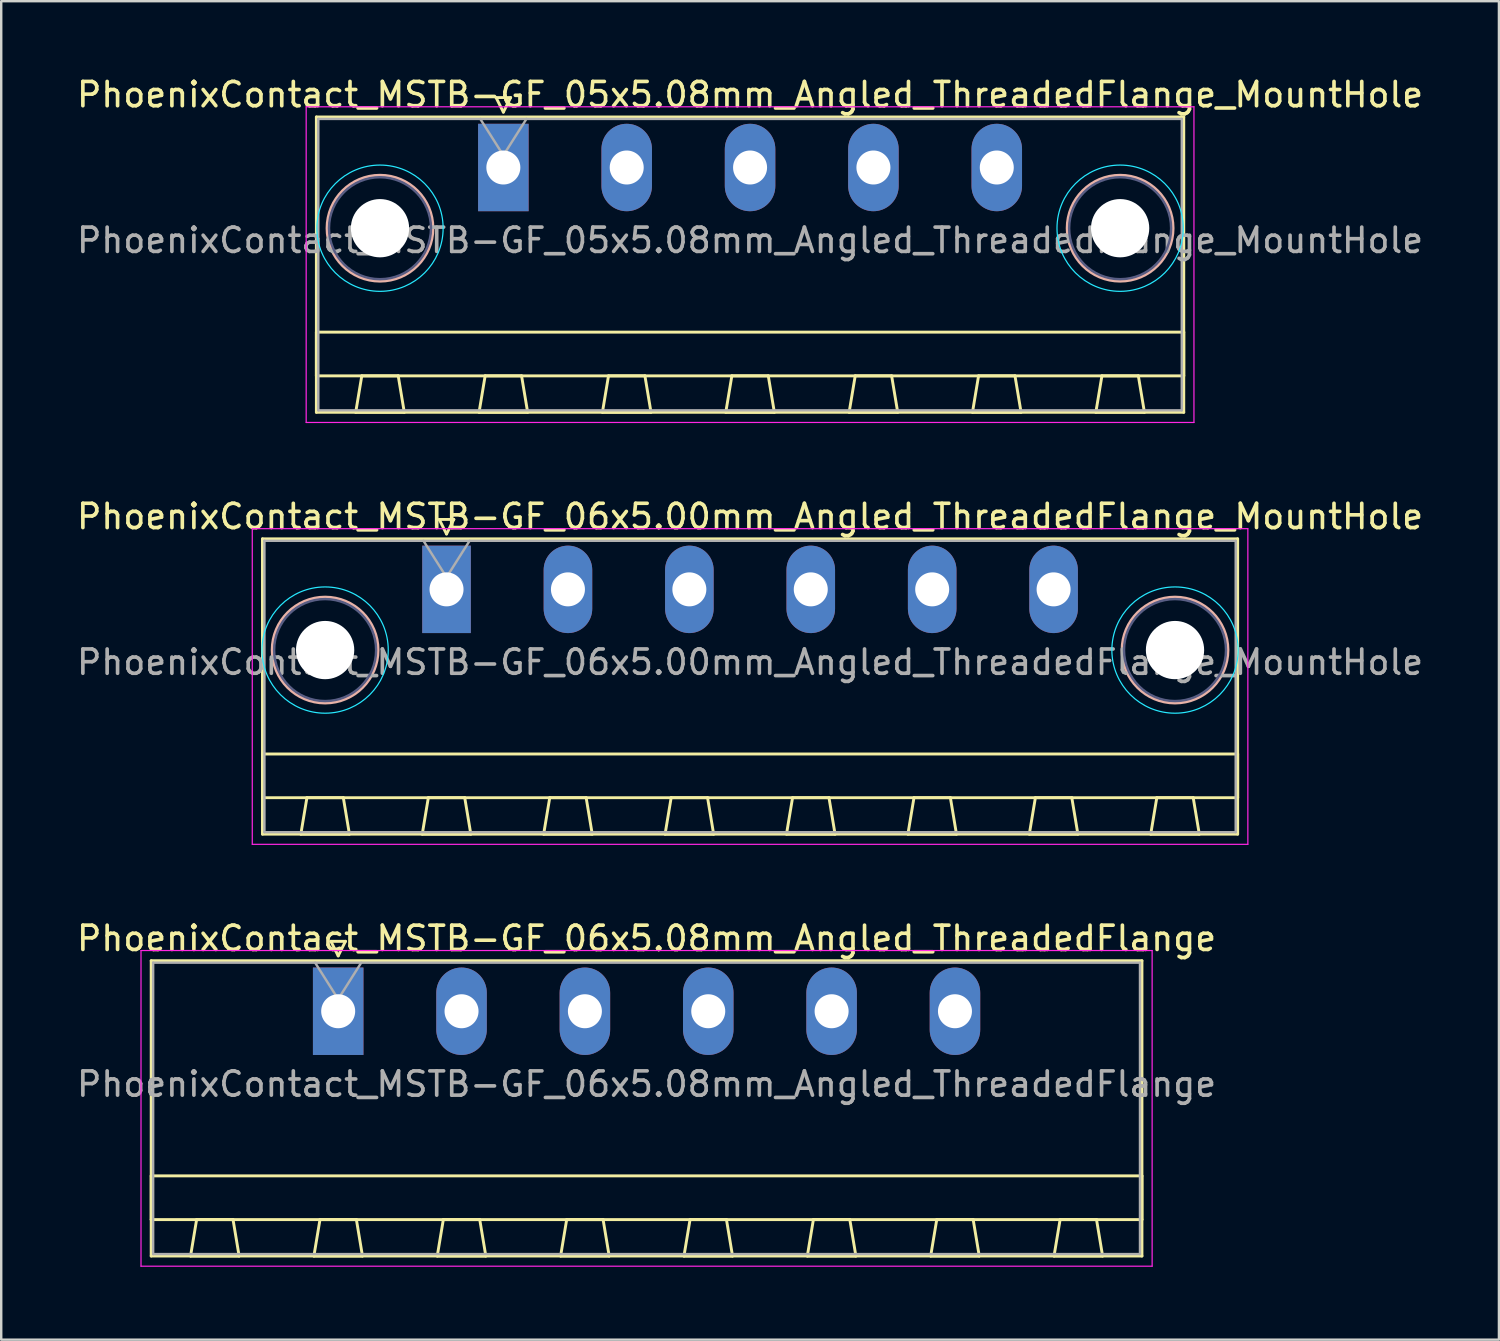
<source format=kicad_pcb>
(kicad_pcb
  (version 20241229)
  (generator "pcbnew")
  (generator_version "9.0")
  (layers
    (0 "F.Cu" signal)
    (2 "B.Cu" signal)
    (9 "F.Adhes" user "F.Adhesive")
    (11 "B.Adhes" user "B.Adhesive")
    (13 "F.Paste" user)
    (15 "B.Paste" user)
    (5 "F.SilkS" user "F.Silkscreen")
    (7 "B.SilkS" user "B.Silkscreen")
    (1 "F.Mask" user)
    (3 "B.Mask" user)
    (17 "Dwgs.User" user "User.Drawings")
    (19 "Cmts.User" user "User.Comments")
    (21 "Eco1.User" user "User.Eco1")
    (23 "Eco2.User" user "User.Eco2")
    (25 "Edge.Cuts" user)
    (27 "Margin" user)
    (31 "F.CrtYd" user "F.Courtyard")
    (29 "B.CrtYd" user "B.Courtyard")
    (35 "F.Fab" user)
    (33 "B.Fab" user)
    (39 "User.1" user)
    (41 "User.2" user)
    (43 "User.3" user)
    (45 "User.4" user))
  (footprint "PhoenixContact_MSTB-GF_06x5.08mm_Angled_ThreadedFlange"
    (layer "F.Cu")
    (at 10.877 38.595)
    (property "Reference" "PhoenixContact_MSTB-GF_06x5.08mm_Angled_ThreadedFlange" (at 12.7 -3 0) (layer "F.SilkS") (effects (font (size 1 1) (thickness 0.15))))
    (attr through_hole)
    (fp_line (start -7.7 -2.08) (end -7.7 10.08) (stroke (width 0.12) (type solid)) (layer "F.SilkS"))
    (fp_line (start -7.7 6.78) (end 33.1 6.78) (stroke (width 0.12) (type solid)) (layer "F.SilkS"))
    (fp_line (start -7.7 8.58) (end -7.7 6.78) (stroke (width 0.12) (type solid)) (layer "F.SilkS"))
    (fp_line (start -7.7 10.08) (end 33.1 10.08) (stroke (width 0.12) (type solid)) (layer "F.SilkS"))
    (fp_line (start -6.08 10.08) (end -4.08 10.08) (stroke (width 0.12) (type solid)) (layer "F.SilkS"))
    (fp_line (start -5.83 8.58) (end -6.08 10.08) (stroke (width 0.12) (type solid)) (layer "F.SilkS"))
    (fp_line (start -4.33 8.58) (end -5.83 8.58) (stroke (width 0.12) (type solid)) (layer "F.SilkS"))
    (fp_line (start -4.08 10.08) (end -4.33 8.58) (stroke (width 0.12) (type solid)) (layer "F.SilkS"))
    (fp_line (start -1 10.08) (end 1 10.08) (stroke (width 0.12) (type solid)) (layer "F.SilkS"))
    (fp_line (start -0.75 8.58) (end -1 10.08) (stroke (width 0.12) (type solid)) (layer "F.SilkS"))
    (fp_line (start -0.3 -2.88) (end 0.3 -2.88) (stroke (width 0.12) (type solid)) (layer "F.SilkS"))
    (fp_line (start 0 -2.28) (end -0.3 -2.88) (stroke (width 0.12) (type solid)) (layer "F.SilkS"))
    (fp_line (start 0.3 -2.88) (end 0 -2.28) (stroke (width 0.12) (type solid)) (layer "F.SilkS"))
    (fp_line (start 0.75 8.58) (end -0.75 8.58) (stroke (width 0.12) (type solid)) (layer "F.SilkS"))
    (fp_line (start 1 10.08) (end 0.75 8.58) (stroke (width 0.12) (type solid)) (layer "F.SilkS"))
    (fp_line (start 4.08 10.08) (end 6.08 10.08) (stroke (width 0.12) (type solid)) (layer "F.SilkS"))
    (fp_line (start 4.33 8.58) (end 4.08 10.08) (stroke (width 0.12) (type solid)) (layer "F.SilkS"))
    (fp_line (start 5.83 8.58) (end 4.33 8.58) (stroke (width 0.12) (type solid)) (layer "F.SilkS"))
    (fp_line (start 6.08 10.08) (end 5.83 8.58) (stroke (width 0.12) (type solid)) (layer "F.SilkS"))
    (fp_line (start 9.16 10.08) (end 11.16 10.08) (stroke (width 0.12) (type solid)) (layer "F.SilkS"))
    (fp_line (start 9.41 8.58) (end 9.16 10.08) (stroke (width 0.12) (type solid)) (layer "F.SilkS"))
    (fp_line (start 10.91 8.58) (end 9.41 8.58) (stroke (width 0.12) (type solid)) (layer "F.SilkS"))
    (fp_line (start 11.16 10.08) (end 10.91 8.58) (stroke (width 0.12) (type solid)) (layer "F.SilkS"))
    (fp_line (start 14.24 10.08) (end 16.24 10.08) (stroke (width 0.12) (type solid)) (layer "F.SilkS"))
    (fp_line (start 14.49 8.58) (end 14.24 10.08) (stroke (width 0.12) (type solid)) (layer "F.SilkS"))
    (fp_line (start 15.99 8.58) (end 14.49 8.58) (stroke (width 0.12) (type solid)) (layer "F.SilkS"))
    (fp_line (start 16.24 10.08) (end 15.99 8.58) (stroke (width 0.12) (type solid)) (layer "F.SilkS"))
    (fp_line (start 19.32 10.08) (end 21.32 10.08) (stroke (width 0.12) (type solid)) (layer "F.SilkS"))
    (fp_line (start 19.57 8.58) (end 19.32 10.08) (stroke (width 0.12) (type solid)) (layer "F.SilkS"))
    (fp_line (start 21.07 8.58) (end 19.57 8.58) (stroke (width 0.12) (type solid)) (layer "F.SilkS"))
    (fp_line (start 21.32 10.08) (end 21.07 8.58) (stroke (width 0.12) (type solid)) (layer "F.SilkS"))
    (fp_line (start 24.4 10.08) (end 26.4 10.08) (stroke (width 0.12) (type solid)) (layer "F.SilkS"))
    (fp_line (start 24.65 8.58) (end 24.4 10.08) (stroke (width 0.12) (type solid)) (layer "F.SilkS"))
    (fp_line (start 26.15 8.58) (end 24.65 8.58) (stroke (width 0.12) (type solid)) (layer "F.SilkS"))
    (fp_line (start 26.4 10.08) (end 26.15 8.58) (stroke (width 0.12) (type solid)) (layer "F.SilkS"))
    (fp_line (start 29.48 10.08) (end 31.48 10.08) (stroke (width 0.12) (type solid)) (layer "F.SilkS"))
    (fp_line (start 29.73 8.58) (end 29.48 10.08) (stroke (width 0.12) (type solid)) (layer "F.SilkS"))
    (fp_line (start 31.23 8.58) (end 29.73 8.58) (stroke (width 0.12) (type solid)) (layer "F.SilkS"))
    (fp_line (start 31.48 10.08) (end 31.23 8.58) (stroke (width 0.12) (type solid)) (layer "F.SilkS"))
    (fp_line (start 33.1 -2.08) (end -7.7 -2.08) (stroke (width 0.12) (type solid)) (layer "F.SilkS"))
    (fp_line (start 33.1 6.78) (end 33.1 8.58) (stroke (width 0.12) (type solid)) (layer "F.SilkS"))
    (fp_line (start 33.1 8.58) (end -7.7 8.58) (stroke (width 0.12) (type solid)) (layer "F.SilkS"))
    (fp_line (start 33.1 10.08) (end 33.1 -2.08) (stroke (width 0.12) (type solid)) (layer "F.SilkS"))
    (fp_line (start -8.12 -2.5) (end -8.12 10.5) (stroke (width 0.05) (type solid)) (layer "F.CrtYd"))
    (fp_line (start -8.12 10.5) (end 33.52 10.5) (stroke (width 0.05) (type solid)) (layer "F.CrtYd"))
    (fp_line (start 33.52 -2.5) (end -8.12 -2.5) (stroke (width 0.05) (type solid)) (layer "F.CrtYd"))
    (fp_line (start 33.52 10.5) (end 33.52 -2.5) (stroke (width 0.05) (type solid)) (layer "F.CrtYd"))
    (fp_line (start -7.62 -2) (end -7.62 10) (stroke (width 0.1) (type solid)) (layer "F.Fab"))
    (fp_line (start -7.62 10) (end 33.02 10) (stroke (width 0.1) (type solid)) (layer "F.Fab"))
    (fp_line (start 0 -0.5) (end -0.95 -2) (stroke (width 0.1) (type solid)) (layer "F.Fab"))
    (fp_line (start 0.95 -2) (end 0 -0.5) (stroke (width 0.1) (type solid)) (layer "F.Fab"))
    (fp_line (start 33.02 -2) (end -7.62 -2) (stroke (width 0.1) (type solid)) (layer "F.Fab"))
    (fp_line (start 33.02 10) (end 33.02 -2) (stroke (width 0.1) (type solid)) (layer "F.Fab"))
    (fp_text user "${REFERENCE}" (at 12.7 3 0) (layer "F.Fab") (effects (font (size 1 1) (thickness 0.15))))
    (pad "1" thru_hole rect (at 0 0) (size 2.08 3.6) (drill 1.4) (layers "*.Cu" "*.Mask"))
    (pad "2" thru_hole oval (at 5.08 0) (size 2.08 3.6) (drill 1.4) (layers "*.Cu" "*.Mask"))
    (pad "3" thru_hole oval (at 10.16 0) (size 2.08 3.6) (drill 1.4) (layers "*.Cu" "*.Mask"))
    (pad "4" thru_hole oval (at 15.24 0) (size 2.08 3.6) (drill 1.4) (layers "*.Cu" "*.Mask"))
    (pad "5" thru_hole oval (at 20.32 0) (size 2.08 3.6) (drill 1.4) (layers "*.Cu" "*.Mask"))
    (pad "6" thru_hole oval (at 25.4 0) (size 2.08 3.6) (drill 1.4) (layers "*.Cu" "*.Mask")))
  (footprint "PhoenixContact_MSTB-GF_06x5.00mm_Angled_ThreadedFlange_MountHole"
    (layer "F.Cu")
    (at 15.339 21.221)
    (property "Reference" "PhoenixContact_MSTB-GF_06x5.00mm_Angled_ThreadedFlange_MountHole" (at 12.5 -3 0) (layer "F.SilkS") (effects (font (size 1 1) (thickness 0.15))))
    (attr through_hole)
    (fp_line (start -7.58 -2.08) (end -7.58 10.08) (stroke (width 0.12) (type solid)) (layer "F.SilkS"))
    (fp_line (start -7.58 6.78) (end 32.58 6.78) (stroke (width 0.12) (type solid)) (layer "F.SilkS"))
    (fp_line (start -7.58 8.58) (end -7.58 6.78) (stroke (width 0.12) (type solid)) (layer "F.SilkS"))
    (fp_line (start -7.58 10.08) (end 32.58 10.08) (stroke (width 0.12) (type solid)) (layer "F.SilkS"))
    (fp_line (start -6 10.08) (end -4 10.08) (stroke (width 0.12) (type solid)) (layer "F.SilkS"))
    (fp_line (start -5.75 8.58) (end -6 10.08) (stroke (width 0.12) (type solid)) (layer "F.SilkS"))
    (fp_line (start -4.25 8.58) (end -5.75 8.58) (stroke (width 0.12) (type solid)) (layer "F.SilkS"))
    (fp_line (start -4 10.08) (end -4.25 8.58) (stroke (width 0.12) (type solid)) (layer "F.SilkS"))
    (fp_line (start -1 10.08) (end 1 10.08) (stroke (width 0.12) (type solid)) (layer "F.SilkS"))
    (fp_line (start -0.75 8.58) (end -1 10.08) (stroke (width 0.12) (type solid)) (layer "F.SilkS"))
    (fp_line (start -0.3 -2.88) (end 0.3 -2.88) (stroke (width 0.12) (type solid)) (layer "F.SilkS"))
    (fp_line (start 0 -2.28) (end -0.3 -2.88) (stroke (width 0.12) (type solid)) (layer "F.SilkS"))
    (fp_line (start 0.3 -2.88) (end 0 -2.28) (stroke (width 0.12) (type solid)) (layer "F.SilkS"))
    (fp_line (start 0.75 8.58) (end -0.75 8.58) (stroke (width 0.12) (type solid)) (layer "F.SilkS"))
    (fp_line (start 1 10.08) (end 0.75 8.58) (stroke (width 0.12) (type solid)) (layer "F.SilkS"))
    (fp_line (start 4 10.08) (end 6 10.08) (stroke (width 0.12) (type solid)) (layer "F.SilkS"))
    (fp_line (start 4.25 8.58) (end 4 10.08) (stroke (width 0.12) (type solid)) (layer "F.SilkS"))
    (fp_line (start 5.75 8.58) (end 4.25 8.58) (stroke (width 0.12) (type solid)) (layer "F.SilkS"))
    (fp_line (start 6 10.08) (end 5.75 8.58) (stroke (width 0.12) (type solid)) (layer "F.SilkS"))
    (fp_line (start 9 10.08) (end 11 10.08) (stroke (width 0.12) (type solid)) (layer "F.SilkS"))
    (fp_line (start 9.25 8.58) (end 9 10.08) (stroke (width 0.12) (type solid)) (layer "F.SilkS"))
    (fp_line (start 10.75 8.58) (end 9.25 8.58) (stroke (width 0.12) (type solid)) (layer "F.SilkS"))
    (fp_line (start 11 10.08) (end 10.75 8.58) (stroke (width 0.12) (type solid)) (layer "F.SilkS"))
    (fp_line (start 14 10.08) (end 16 10.08) (stroke (width 0.12) (type solid)) (layer "F.SilkS"))
    (fp_line (start 14.25 8.58) (end 14 10.08) (stroke (width 0.12) (type solid)) (layer "F.SilkS"))
    (fp_line (start 15.75 8.58) (end 14.25 8.58) (stroke (width 0.12) (type solid)) (layer "F.SilkS"))
    (fp_line (start 16 10.08) (end 15.75 8.58) (stroke (width 0.12) (type solid)) (layer "F.SilkS"))
    (fp_line (start 19 10.08) (end 21 10.08) (stroke (width 0.12) (type solid)) (layer "F.SilkS"))
    (fp_line (start 19.25 8.58) (end 19 10.08) (stroke (width 0.12) (type solid)) (layer "F.SilkS"))
    (fp_line (start 20.75 8.58) (end 19.25 8.58) (stroke (width 0.12) (type solid)) (layer "F.SilkS"))
    (fp_line (start 21 10.08) (end 20.75 8.58) (stroke (width 0.12) (type solid)) (layer "F.SilkS"))
    (fp_line (start 24 10.08) (end 26 10.08) (stroke (width 0.12) (type solid)) (layer "F.SilkS"))
    (fp_line (start 24.25 8.58) (end 24 10.08) (stroke (width 0.12) (type solid)) (layer "F.SilkS"))
    (fp_line (start 25.75 8.58) (end 24.25 8.58) (stroke (width 0.12) (type solid)) (layer "F.SilkS"))
    (fp_line (start 26 10.08) (end 25.75 8.58) (stroke (width 0.12) (type solid)) (layer "F.SilkS"))
    (fp_line (start 29 10.08) (end 31 10.08) (stroke (width 0.12) (type solid)) (layer "F.SilkS"))
    (fp_line (start 29.25 8.58) (end 29 10.08) (stroke (width 0.12) (type solid)) (layer "F.SilkS"))
    (fp_line (start 30.75 8.58) (end 29.25 8.58) (stroke (width 0.12) (type solid)) (layer "F.SilkS"))
    (fp_line (start 31 10.08) (end 30.75 8.58) (stroke (width 0.12) (type solid)) (layer "F.SilkS"))
    (fp_line (start 32.58 -2.08) (end -7.58 -2.08) (stroke (width 0.12) (type solid)) (layer "F.SilkS"))
    (fp_line (start 32.58 6.78) (end 32.58 8.58) (stroke (width 0.12) (type solid)) (layer "F.SilkS"))
    (fp_line (start 32.58 8.58) (end -7.58 8.58) (stroke (width 0.12) (type solid)) (layer "F.SilkS"))
    (fp_line (start 32.58 10.08) (end 32.58 -2.08) (stroke (width 0.12) (type solid)) (layer "F.SilkS"))
    (fp_circle (center -5 2.5) (end -2.82 2.5) (stroke (width 0.12) (type solid)) (fill no) (layer "B.SilkS"))
    (fp_circle (center 30 2.5) (end 32.18 2.5) (stroke (width 0.12) (type solid)) (fill no) (layer "B.SilkS"))
    (fp_circle (center -5 2.5) (end -2.4 2.5) (stroke (width 0.05) (type solid)) (fill no) (layer "B.CrtYd"))
    (fp_circle (center 30 2.5) (end 32.6 2.5) (stroke (width 0.05) (type solid)) (fill no) (layer "B.CrtYd"))
    (fp_line (start -8 -2.5) (end -8 10.5) (stroke (width 0.05) (type solid)) (layer "F.CrtYd"))
    (fp_line (start -8 10.5) (end 33 10.5) (stroke (width 0.05) (type solid)) (layer "F.CrtYd"))
    (fp_line (start 33 -2.5) (end -8 -2.5) (stroke (width 0.05) (type solid)) (layer "F.CrtYd"))
    (fp_line (start 33 10.5) (end 33 -2.5) (stroke (width 0.05) (type solid)) (layer "F.CrtYd"))
    (fp_circle (center -5 2.5) (end -2.9 2.5) (stroke (width 0.1) (type solid)) (fill no) (layer "B.Fab"))
    (fp_circle (center 30 2.5) (end 32.1 2.5) (stroke (width 0.1) (type solid)) (fill no) (layer "B.Fab"))
    (fp_line (start -7.5 -2) (end -7.5 10) (stroke (width 0.1) (type solid)) (layer "F.Fab"))
    (fp_line (start -7.5 10) (end 32.5 10) (stroke (width 0.1) (type solid)) (layer "F.Fab"))
    (fp_line (start 0 -0.5) (end -0.95 -2) (stroke (width 0.1) (type solid)) (layer "F.Fab"))
    (fp_line (start 0.95 -2) (end 0 -0.5) (stroke (width 0.1) (type solid)) (layer "F.Fab"))
    (fp_line (start 32.5 -2) (end -7.5 -2) (stroke (width 0.1) (type solid)) (layer "F.Fab"))
    (fp_line (start 32.5 10) (end 32.5 -2) (stroke (width 0.1) (type solid)) (layer "F.Fab"))
    (fp_text user "${REFERENCE}" (at 12.5 3 0) (layer "F.Fab") (effects (font (size 1 1) (thickness 0.15))))
    (pad "" np_thru_hole circle (at -5 2.5) (size 2.4 2.4) (drill 2.4) (layers "*.Cu" "*.Mask"))
    (pad "" np_thru_hole circle (at 30 2.5) (size 2.4 2.4) (drill 2.4) (layers "*.Cu" "*.Mask"))
    (pad "1" thru_hole rect (at 0 0) (size 2 3.6) (drill 1.4) (layers "*.Cu" "*.Mask"))
    (pad "2" thru_hole oval (at 5 0) (size 2 3.6) (drill 1.4) (layers "*.Cu" "*.Mask"))
    (pad "3" thru_hole oval (at 10 0) (size 2 3.6) (drill 1.4) (layers "*.Cu" "*.Mask"))
    (pad "4" thru_hole oval (at 15 0) (size 2 3.6) (drill 1.4) (layers "*.Cu" "*.Mask"))
    (pad "5" thru_hole oval (at 20 0) (size 2 3.6) (drill 1.4) (layers "*.Cu" "*.Mask"))
    (pad "6" thru_hole oval (at 25 0) (size 2 3.6) (drill 1.4) (layers "*.Cu" "*.Mask")))
  (footprint "PhoenixContact_MSTB-GF_05x5.08mm_Angled_ThreadedFlange_MountHole"
    (layer "F.Cu")
    (at 17.679 3.848)
    (property "Reference" "PhoenixContact_MSTB-GF_05x5.08mm_Angled_ThreadedFlange_MountHole" (at 10.16 -3 0) (layer "F.SilkS") (effects (font (size 1 1) (thickness 0.15))))
    (attr through_hole)
    (fp_line (start -7.7 -2.08) (end -7.7 10.08) (stroke (width 0.12) (type solid)) (layer "F.SilkS"))
    (fp_line (start -7.7 6.78) (end 28.02 6.78) (stroke (width 0.12) (type solid)) (layer "F.SilkS"))
    (fp_line (start -7.7 8.58) (end -7.7 6.78) (stroke (width 0.12) (type solid)) (layer "F.SilkS"))
    (fp_line (start -7.7 10.08) (end 28.02 10.08) (stroke (width 0.12) (type solid)) (layer "F.SilkS"))
    (fp_line (start -6.08 10.08) (end -4.08 10.08) (stroke (width 0.12) (type solid)) (layer "F.SilkS"))
    (fp_line (start -5.83 8.58) (end -6.08 10.08) (stroke (width 0.12) (type solid)) (layer "F.SilkS"))
    (fp_line (start -4.33 8.58) (end -5.83 8.58) (stroke (width 0.12) (type solid)) (layer "F.SilkS"))
    (fp_line (start -4.08 10.08) (end -4.33 8.58) (stroke (width 0.12) (type solid)) (layer "F.SilkS"))
    (fp_line (start -1 10.08) (end 1 10.08) (stroke (width 0.12) (type solid)) (layer "F.SilkS"))
    (fp_line (start -0.75 8.58) (end -1 10.08) (stroke (width 0.12) (type solid)) (layer "F.SilkS"))
    (fp_line (start -0.3 -2.88) (end 0.3 -2.88) (stroke (width 0.12) (type solid)) (layer "F.SilkS"))
    (fp_line (start 0 -2.28) (end -0.3 -2.88) (stroke (width 0.12) (type solid)) (layer "F.SilkS"))
    (fp_line (start 0.3 -2.88) (end 0 -2.28) (stroke (width 0.12) (type solid)) (layer "F.SilkS"))
    (fp_line (start 0.75 8.58) (end -0.75 8.58) (stroke (width 0.12) (type solid)) (layer "F.SilkS"))
    (fp_line (start 1 10.08) (end 0.75 8.58) (stroke (width 0.12) (type solid)) (layer "F.SilkS"))
    (fp_line (start 4.08 10.08) (end 6.08 10.08) (stroke (width 0.12) (type solid)) (layer "F.SilkS"))
    (fp_line (start 4.33 8.58) (end 4.08 10.08) (stroke (width 0.12) (type solid)) (layer "F.SilkS"))
    (fp_line (start 5.83 8.58) (end 4.33 8.58) (stroke (width 0.12) (type solid)) (layer "F.SilkS"))
    (fp_line (start 6.08 10.08) (end 5.83 8.58) (stroke (width 0.12) (type solid)) (layer "F.SilkS"))
    (fp_line (start 9.16 10.08) (end 11.16 10.08) (stroke (width 0.12) (type solid)) (layer "F.SilkS"))
    (fp_line (start 9.41 8.58) (end 9.16 10.08) (stroke (width 0.12) (type solid)) (layer "F.SilkS"))
    (fp_line (start 10.91 8.58) (end 9.41 8.58) (stroke (width 0.12) (type solid)) (layer "F.SilkS"))
    (fp_line (start 11.16 10.08) (end 10.91 8.58) (stroke (width 0.12) (type solid)) (layer "F.SilkS"))
    (fp_line (start 14.24 10.08) (end 16.24 10.08) (stroke (width 0.12) (type solid)) (layer "F.SilkS"))
    (fp_line (start 14.49 8.58) (end 14.24 10.08) (stroke (width 0.12) (type solid)) (layer "F.SilkS"))
    (fp_line (start 15.99 8.58) (end 14.49 8.58) (stroke (width 0.12) (type solid)) (layer "F.SilkS"))
    (fp_line (start 16.24 10.08) (end 15.99 8.58) (stroke (width 0.12) (type solid)) (layer "F.SilkS"))
    (fp_line (start 19.32 10.08) (end 21.32 10.08) (stroke (width 0.12) (type solid)) (layer "F.SilkS"))
    (fp_line (start 19.57 8.58) (end 19.32 10.08) (stroke (width 0.12) (type solid)) (layer "F.SilkS"))
    (fp_line (start 21.07 8.58) (end 19.57 8.58) (stroke (width 0.12) (type solid)) (layer "F.SilkS"))
    (fp_line (start 21.32 10.08) (end 21.07 8.58) (stroke (width 0.12) (type solid)) (layer "F.SilkS"))
    (fp_line (start 24.4 10.08) (end 26.4 10.08) (stroke (width 0.12) (type solid)) (layer "F.SilkS"))
    (fp_line (start 24.65 8.58) (end 24.4 10.08) (stroke (width 0.12) (type solid)) (layer "F.SilkS"))
    (fp_line (start 26.15 8.58) (end 24.65 8.58) (stroke (width 0.12) (type solid)) (layer "F.SilkS"))
    (fp_line (start 26.4 10.08) (end 26.15 8.58) (stroke (width 0.12) (type solid)) (layer "F.SilkS"))
    (fp_line (start 28.02 -2.08) (end -7.7 -2.08) (stroke (width 0.12) (type solid)) (layer "F.SilkS"))
    (fp_line (start 28.02 6.78) (end 28.02 8.58) (stroke (width 0.12) (type solid)) (layer "F.SilkS"))
    (fp_line (start 28.02 8.58) (end -7.7 8.58) (stroke (width 0.12) (type solid)) (layer "F.SilkS"))
    (fp_line (start 28.02 10.08) (end 28.02 -2.08) (stroke (width 0.12) (type solid)) (layer "F.SilkS"))
    (fp_circle (center -5.08 2.5) (end -2.9 2.5) (stroke (width 0.12) (type solid)) (fill no) (layer "B.SilkS"))
    (fp_circle (center 25.4 2.5) (end 27.58 2.5) (stroke (width 0.12) (type solid)) (fill no) (layer "B.SilkS"))
    (fp_circle (center -5.08 2.5) (end -2.48 2.5) (stroke (width 0.05) (type solid)) (fill no) (layer "B.CrtYd"))
    (fp_circle (center 25.4 2.5) (end 28 2.5) (stroke (width 0.05) (type solid)) (fill no) (layer "B.CrtYd"))
    (fp_line (start -8.12 -2.5) (end -8.12 10.5) (stroke (width 0.05) (type solid)) (layer "F.CrtYd"))
    (fp_line (start -8.12 10.5) (end 28.44 10.5) (stroke (width 0.05) (type solid)) (layer "F.CrtYd"))
    (fp_line (start 28.44 -2.5) (end -8.12 -2.5) (stroke (width 0.05) (type solid)) (layer "F.CrtYd"))
    (fp_line (start 28.44 10.5) (end 28.44 -2.5) (stroke (width 0.05) (type solid)) (layer "F.CrtYd"))
    (fp_circle (center -5.08 2.5) (end -2.98 2.5) (stroke (width 0.1) (type solid)) (fill no) (layer "B.Fab"))
    (fp_circle (center 25.4 2.5) (end 27.5 2.5) (stroke (width 0.1) (type solid)) (fill no) (layer "B.Fab"))
    (fp_line (start -7.62 -2) (end -7.62 10) (stroke (width 0.1) (type solid)) (layer "F.Fab"))
    (fp_line (start -7.62 10) (end 27.94 10) (stroke (width 0.1) (type solid)) (layer "F.Fab"))
    (fp_line (start 0 -0.5) (end -0.95 -2) (stroke (width 0.1) (type solid)) (layer "F.Fab"))
    (fp_line (start 0.95 -2) (end 0 -0.5) (stroke (width 0.1) (type solid)) (layer "F.Fab"))
    (fp_line (start 27.94 -2) (end -7.62 -2) (stroke (width 0.1) (type solid)) (layer "F.Fab"))
    (fp_line (start 27.94 10) (end 27.94 -2) (stroke (width 0.1) (type solid)) (layer "F.Fab"))
    (fp_text user "${REFERENCE}" (at 10.16 3 0) (layer "F.Fab") (effects (font (size 1 1) (thickness 0.15))))
    (pad "" np_thru_hole circle (at -5.08 2.5) (size 2.4 2.4) (drill 2.4) (layers "*.Cu" "*.Mask"))
    (pad "" np_thru_hole circle (at 25.4 2.5) (size 2.4 2.4) (drill 2.4) (layers "*.Cu" "*.Mask"))
    (pad "1" thru_hole rect (at 0 0) (size 2.08 3.6) (drill 1.4) (layers "*.Cu" "*.Mask"))
    (pad "2" thru_hole oval (at 5.08 0) (size 2.08 3.6) (drill 1.4) (layers "*.Cu" "*.Mask"))
    (pad "3" thru_hole oval (at 10.16 0) (size 2.08 3.6) (drill 1.4) (layers "*.Cu" "*.Mask"))
    (pad "4" thru_hole oval (at 15.24 0) (size 2.08 3.6) (drill 1.4) (layers "*.Cu" "*.Mask"))
    (pad "5" thru_hole oval (at 20.32 0) (size 2.08 3.6) (drill 1.4) (layers "*.Cu" "*.Mask")))
  (gr_rect
    (start -3 -3)
    (end 58.679 52.12)
    (stroke (width 0.1) (type default))
    (fill no)
    (layer "Edge.Cuts")))
</source>
